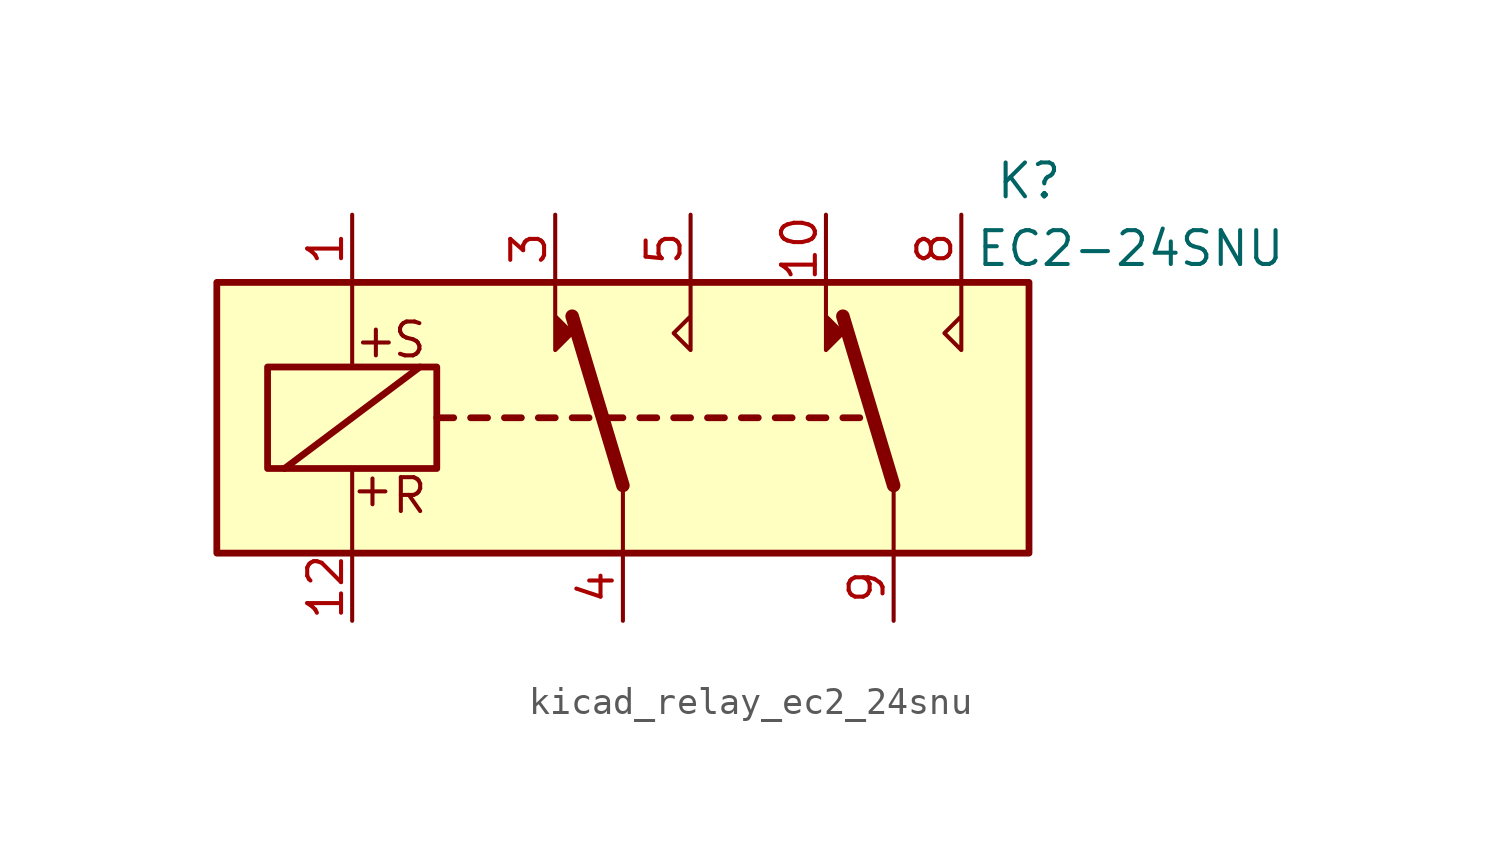
<source format=kicad_sym>
(kicad_symbol_lib
  (version 20220914)
  (generator kicad_symbol_editor)
  (symbol "kicad_relay_ec2_24snu"
    (property "Reference" "K"
      (at 15.24 8.89 0)
      (effects (font (size 1.27 1.27))))
    (property "Value" "EC2-24SNU"
      (at 19.05 6.35 0)
      (effects (font (size 1.27 1.27))))
    (symbol "kicad_relay_ec2_24snu_0_0"
      (text "S" (at -8.001 2.921 0) (effects (font (size 1.27 1.27)))))
    (symbol "kicad_relay_ec2_24snu_1_1"
      (rectangle (start -15.24 5.08) (end 15.24 -5.08) (stroke (width 0.254) (type default)) (fill (type background)))
      (rectangle (start -13.335 1.905) (end -6.985 -1.905) (stroke (width 0.254) (type default)) (fill (type none)))
      (polyline (pts (xy -12.7 -1.905) (xy -7.62 1.905)) (stroke (width 0.254) (type default)) (fill (type none)))
      (polyline (pts (xy -10.16 -5.08) (xy -10.16 -1.905)) (stroke (width 0) (type default)) (fill (type none)))
      (polyline (pts (xy -10.16 5.08) (xy -10.16 1.905)) (stroke (width 0) (type default)) (fill (type none)))
      (polyline (pts (xy -6.985 0) (xy -6.35 0)) (stroke (width 0.254) (type default)) (fill (type none)))
      (polyline (pts (xy -5.715 0) (xy -5.08 0)) (stroke (width 0.254) (type default)) (fill (type none)))
      (polyline (pts (xy -4.445 0) (xy -3.81 0)) (stroke (width 0.254) (type default)) (fill (type none)))
      (polyline (pts (xy -3.175 0) (xy -2.54 0)) (stroke (width 0.254) (type default)) (fill (type none)))
      (polyline (pts (xy -1.905 0) (xy -1.27 0)) (stroke (width 0.254) (type default)) (fill (type none)))
      (polyline (pts (xy -0.635 0) (xy 0 0)) (stroke (width 0.254) (type default)) (fill (type none)))
      (polyline (pts (xy 0 -2.54) (xy -1.905 3.81)) (stroke (width 0.508) (type default)) (fill (type none)))
      (polyline (pts (xy 0 -2.54) (xy 0 -5.08)) (stroke (width 0) (type default)) (fill (type none)))
      (polyline (pts (xy 0.635 0) (xy 1.27 0)) (stroke (width 0.254) (type default)) (fill (type none)))
      (polyline (pts (xy 1.905 0) (xy 2.54 0)) (stroke (width 0.254) (type default)) (fill (type none)))
      (polyline (pts (xy 3.175 0) (xy 3.81 0)) (stroke (width 0.254) (type default)) (fill (type none)))
      (polyline (pts (xy 4.445 0) (xy 5.08 0)) (stroke (width 0.254) (type default)) (fill (type none)))
      (polyline (pts (xy 5.715 0) (xy 6.35 0)) (stroke (width 0.254) (type default)) (fill (type none)))
      (polyline (pts (xy 6.985 0) (xy 7.62 0)) (stroke (width 0.254) (type default)) (fill (type none)))
      (polyline (pts (xy 8.255 0) (xy 8.89 0)) (stroke (width 0.254) (type default)) (fill (type none)))
      (polyline (pts (xy 10.16 -2.54) (xy 8.255 3.81)) (stroke (width 0.508) (type default)) (fill (type none)))
      (polyline (pts (xy 10.16 -2.54) (xy 10.16 -5.08)) (stroke (width 0) (type default)) (fill (type none)))
      (polyline (pts (xy -2.54 5.08) (xy -2.54 2.54) (xy -1.905 3.175) (xy -2.54 3.81)) (stroke (width 0) (type default)) (fill (type outline)))
      (polyline (pts (xy 2.54 5.08) (xy 2.54 2.54) (xy 1.905 3.175) (xy 2.54 3.81)) (stroke (width 0) (type default)) (fill (type none)))
      (polyline (pts (xy 7.62 5.08) (xy 7.62 2.54) (xy 8.255 3.175) (xy 7.62 3.81)) (stroke (width 0) (type default)) (fill (type outline)))
      (polyline (pts (xy 12.7 5.08) (xy 12.7 2.54) (xy 12.065 3.175) (xy 12.7 3.81)) (stroke (width 0) (type default)) (fill (type none)))
      (text "+" (at -9.398 -2.667 0) (effects (font (size 1.27 1.27))))
      (text "+" (at -9.271 2.921 0) (effects (font (size 1.27 1.27))))
      (text "R" (at -8.001 -2.921 0) (effects (font (size 1.27 1.27))))
      (pin passive line (at -10.16 7.62 270) (length 2.54) (name "~" (effects (font (size 1.27 1.27)))) (number "1" (effects (font (size 1.27 1.27)))))
      (pin passive line (at 7.62 7.62 270) (length 2.54) (name "~" (effects (font (size 1.27 1.27)))) (number "10" (effects (font (size 1.27 1.27)))))
      (pin passive line (at -10.16 -7.62 90) (length 2.54) (name "~" (effects (font (size 1.27 1.27)))) (number "12" (effects (font (size 1.27 1.27)))))
      (pin passive line (at -2.54 7.62 270) (length 2.54) (name "~" (effects (font (size 1.27 1.27)))) (number "3" (effects (font (size 1.27 1.27)))))
      (pin passive line (at 0 -7.62 90) (length 2.54) (name "~" (effects (font (size 1.27 1.27)))) (number "4" (effects (font (size 1.27 1.27)))))
      (pin passive line (at 2.54 7.62 270) (length 2.54) (name "~" (effects (font (size 1.27 1.27)))) (number "5" (effects (font (size 1.27 1.27)))))
      (pin passive line (at 12.7 7.62 270) (length 2.54) (name "~" (effects (font (size 1.27 1.27)))) (number "8" (effects (font (size 1.27 1.27)))))
      (pin passive line (at 10.16 -7.62 90) (length 2.54) (name "~" (effects (font (size 1.27 1.27)))) (number "9" (effects (font (size 1.27 1.27))))))))
</source>
